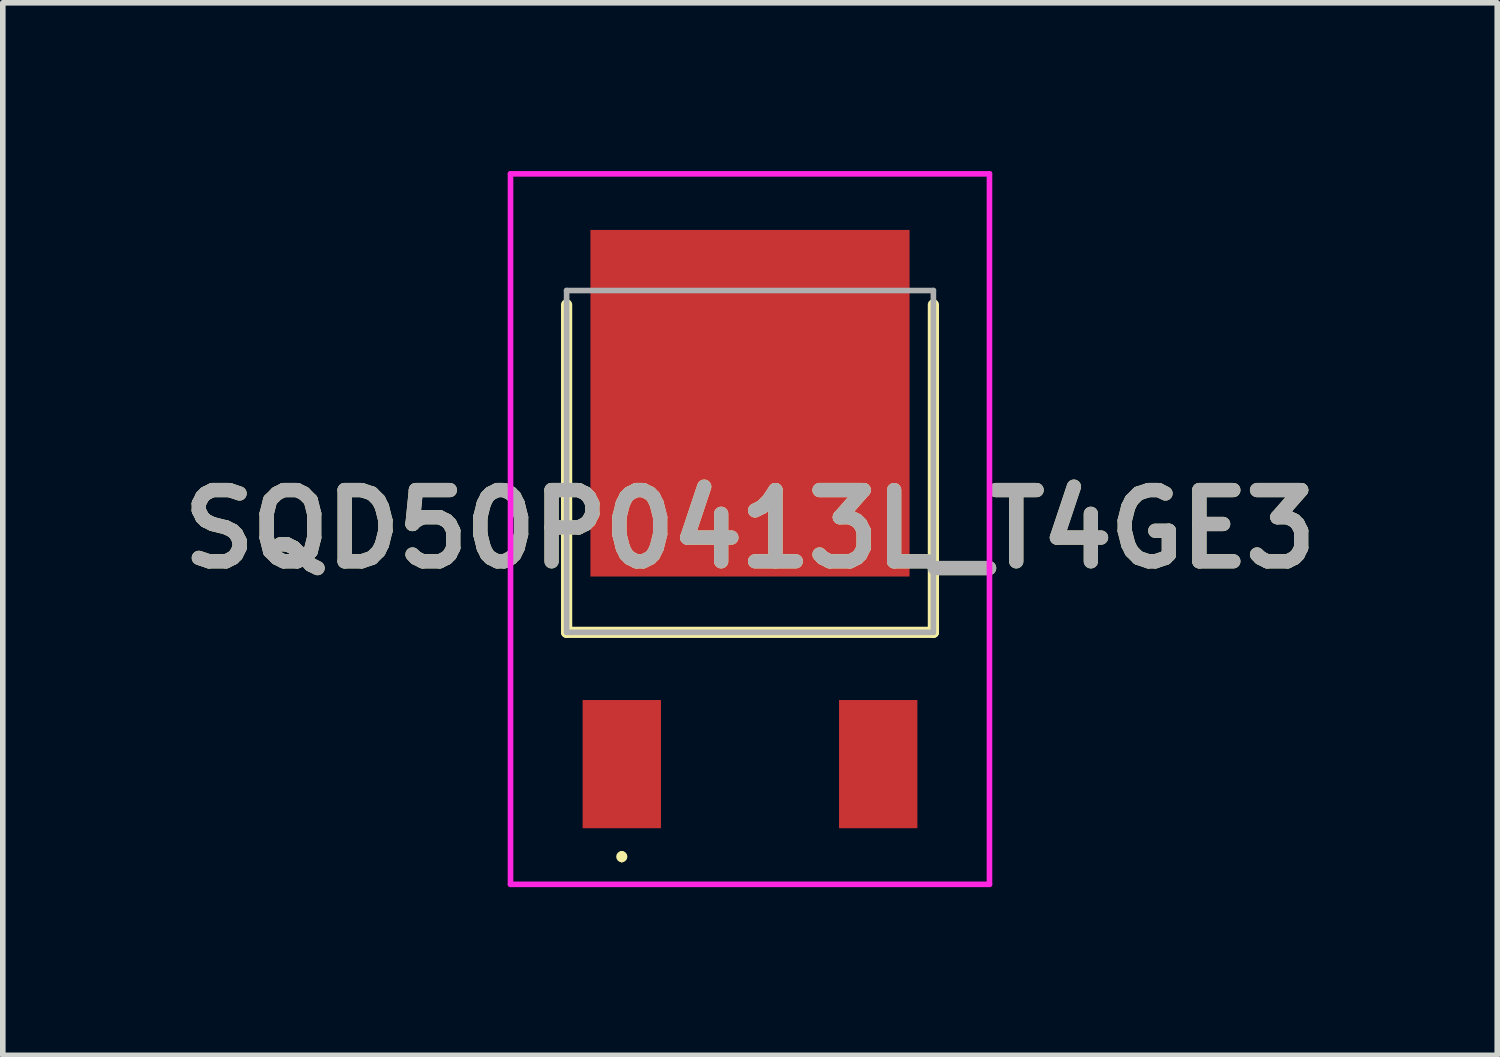
<source format=kicad_pcb>
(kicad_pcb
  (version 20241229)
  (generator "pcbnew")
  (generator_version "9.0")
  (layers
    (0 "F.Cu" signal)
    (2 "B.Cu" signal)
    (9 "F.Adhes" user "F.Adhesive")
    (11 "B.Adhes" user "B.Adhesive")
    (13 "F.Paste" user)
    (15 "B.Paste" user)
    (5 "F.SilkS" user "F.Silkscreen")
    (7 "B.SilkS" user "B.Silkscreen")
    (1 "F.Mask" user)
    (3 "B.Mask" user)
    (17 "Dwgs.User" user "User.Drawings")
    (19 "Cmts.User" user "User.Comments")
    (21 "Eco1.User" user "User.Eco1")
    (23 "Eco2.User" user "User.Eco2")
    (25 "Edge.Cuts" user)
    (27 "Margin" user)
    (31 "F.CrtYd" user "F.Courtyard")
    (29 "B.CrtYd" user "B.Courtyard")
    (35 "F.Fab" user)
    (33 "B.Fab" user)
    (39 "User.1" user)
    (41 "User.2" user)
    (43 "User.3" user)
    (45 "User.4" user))
  (footprint "SQD50P0413L_T4GE3"
    (layer "F.Cu")
    (at 10.323 6.384)
    (property "Reference" "SQD50P0413L_T4GE3" (at 0 0 0) (layer "F.SilkS") (effects (font (size 1.27 1.27) (thickness 0.254))))
    (attr smd)
    (fp_line (start -3.27 -4) (end -3.27 1.841) (stroke (width 0.2) (type solid)) (layer "F.SilkS"))
    (fp_line (start -3.27 1.841) (end 3.27 1.841) (stroke (width 0.2) (type solid)) (layer "F.SilkS"))
    (fp_line (start -2.286 5.791) (end -2.286 5.791) (stroke (width 0.1) (type solid)) (layer "F.SilkS"))
    (fp_line (start -2.286 5.891) (end -2.286 5.891) (stroke (width 0.1) (type solid)) (layer "F.SilkS"))
    (fp_line (start 3.27 1.841) (end 3.27 -4) (stroke (width 0.2) (type solid)) (layer "F.SilkS"))
    (fp_arc (start -2.286 5.791) (mid -2.236 5.841) (end -2.286 5.891) (stroke (width 0.1) (type solid)) (layer "F.SilkS"))
    (fp_arc (start -2.286 5.891) (mid -2.336 5.841) (end -2.286 5.791) (stroke (width 0.1) (type solid)) (layer "F.SilkS"))
    (fp_line (start -4.27 -6.334) (end 4.27 -6.334) (stroke (width 0.1) (type solid)) (layer "F.CrtYd"))
    (fp_line (start -4.27 6.334) (end -4.27 -6.334) (stroke (width 0.1) (type solid)) (layer "F.CrtYd"))
    (fp_line (start 4.27 -6.334) (end 4.27 6.334) (stroke (width 0.1) (type solid)) (layer "F.CrtYd"))
    (fp_line (start 4.27 6.334) (end -4.27 6.334) (stroke (width 0.1) (type solid)) (layer "F.CrtYd"))
    (fp_line (start -3.27 -4.254) (end 3.27 -4.254) (stroke (width 0.1) (type solid)) (layer "F.Fab"))
    (fp_line (start -3.27 1.841) (end -3.27 -4.254) (stroke (width 0.1) (type solid)) (layer "F.Fab"))
    (fp_line (start 3.27 -4.254) (end 3.27 1.841) (stroke (width 0.1) (type solid)) (layer "F.Fab"))
    (fp_line (start 3.27 1.841) (end -3.27 1.841) (stroke (width 0.1) (type solid)) (layer "F.Fab"))
    (fp_text user "${REFERENCE}" (at 0 0 0) (layer "F.Fab") (effects (font (size 1.27 1.27) (thickness 0.254))))
    (pad "1" smd rect (at -2.286 4.191) (size 1.397 2.286) (layers "F.Cu" "F.Mask" "F.Paste"))
    (pad "2" smd rect (at 0 -2.244) (size 5.69 6.18) (layers "F.Cu" "F.Mask" "F.Paste"))
    (pad "3" smd rect (at 2.286 4.191) (size 1.397 2.286) (layers "F.Cu" "F.Mask" "F.Paste")))
  (gr_rect
    (start -3 -3)
    (end 23.647 15.768)
    (stroke (width 0.1) (type default))
    (fill no)
    (layer "Edge.Cuts")))
</source>
